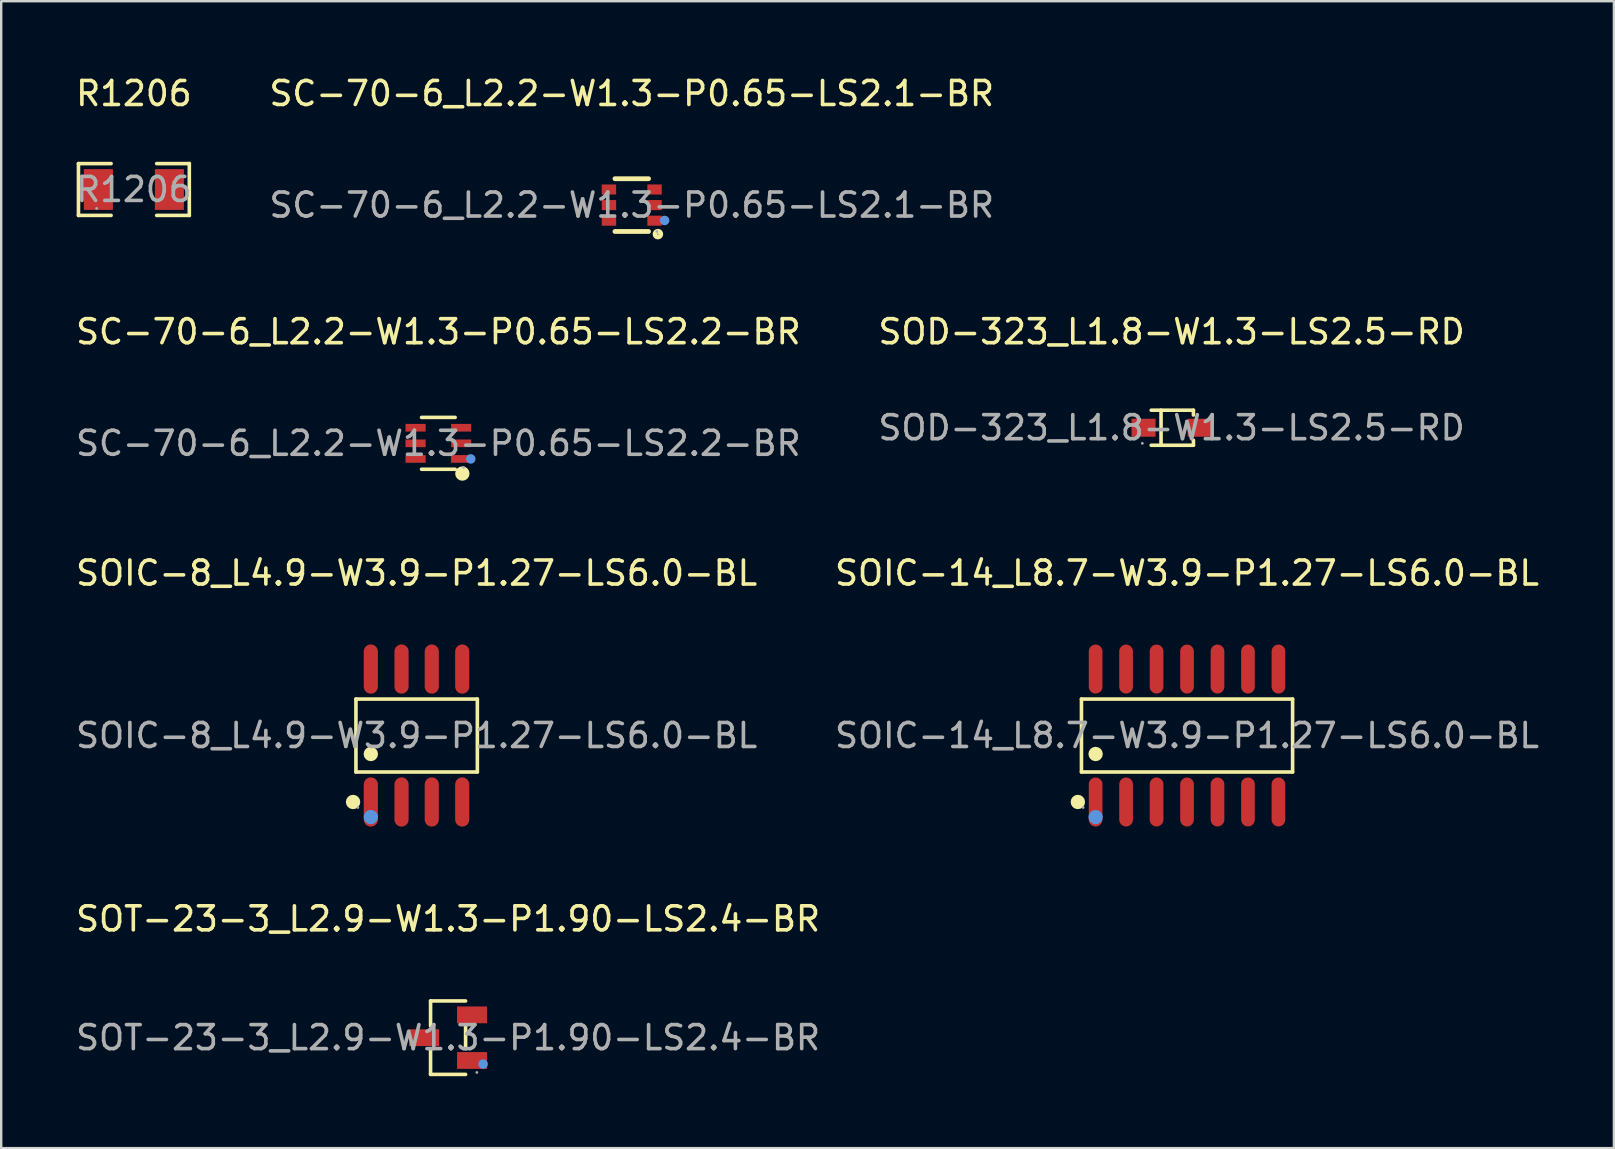
<source format=kicad_pcb>
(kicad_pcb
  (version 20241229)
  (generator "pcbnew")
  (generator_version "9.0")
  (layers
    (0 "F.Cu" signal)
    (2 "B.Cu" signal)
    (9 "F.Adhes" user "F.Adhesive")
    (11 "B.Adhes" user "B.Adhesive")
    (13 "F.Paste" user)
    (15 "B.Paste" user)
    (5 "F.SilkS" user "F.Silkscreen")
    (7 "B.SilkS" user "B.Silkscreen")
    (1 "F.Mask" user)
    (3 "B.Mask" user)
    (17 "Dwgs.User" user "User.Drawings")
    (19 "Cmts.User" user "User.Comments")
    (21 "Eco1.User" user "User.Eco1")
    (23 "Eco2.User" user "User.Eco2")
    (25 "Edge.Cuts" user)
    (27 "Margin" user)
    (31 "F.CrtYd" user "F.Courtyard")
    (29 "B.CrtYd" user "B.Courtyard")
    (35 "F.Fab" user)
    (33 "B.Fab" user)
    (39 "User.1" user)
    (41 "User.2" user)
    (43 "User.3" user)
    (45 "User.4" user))
  (footprint "SOIC-8_L4.9-W3.9-P1.27-LS6.0-BL"
    (layer "F.Cu")
    (at 14.315 27.605)
    (property "Reference" "SOIC-8_L4.9-W3.9-P1.27-LS6.0-BL" (at 0 -6.77 0) (layer "F.SilkS") (effects (font (size 1 1) (thickness 0.15))))
    (attr smd)
    (fp_line (start -2.53 -1.52) (end 2.53 -1.52) (stroke (width 0.15) (type solid)) (layer "F.SilkS"))
    (fp_line (start -2.53 1.52) (end -2.53 -1.52) (stroke (width 0.15) (type solid)) (layer "F.SilkS"))
    (fp_line (start 2.53 -1.52) (end 2.53 1.52) (stroke (width 0.15) (type solid)) (layer "F.SilkS"))
    (fp_line (start 2.53 1.52) (end -2.53 1.52) (stroke (width 0.15) (type solid)) (layer "F.SilkS"))
    (fp_circle (center -2.65 2.77) (end -2.5 2.77) (stroke (width 0.3) (type solid)) (fill no) (layer "F.SilkS"))
    (fp_circle (center -1.91 0.77) (end -1.76 0.77) (stroke (width 0.3) (type solid)) (fill no) (layer "F.SilkS"))
    (fp_circle (center -1.91 3.4) (end -1.76 3.4) (stroke (width 0.3) (type solid)) (fill no) (layer "Cmts.User"))
    (fp_circle (center -2.45 3) (end -2.42 3) (stroke (width 0.06) (type solid)) (fill no) (layer "F.Fab"))
    (fp_text user "${REFERENCE}" (at 0 0 0) (layer "F.Fab") (effects (font (size 1 1) (thickness 0.15))))
    (pad "1" smd oval (at -1.91 2.77) (size 0.59 2.05) (layers "F.Cu" "F.Mask" "F.Paste"))
    (pad "2" smd oval (at -0.63 2.77) (size 0.59 2.05) (layers "F.Cu" "F.Mask" "F.Paste"))
    (pad "3" smd oval (at 0.63 2.77) (size 0.59 2.05) (layers "F.Cu" "F.Mask" "F.Paste"))
    (pad "4" smd oval (at 1.9 2.77) (size 0.59 2.05) (layers "F.Cu" "F.Mask" "F.Paste"))
    (pad "5" smd oval (at 1.9 -2.77) (size 0.59 2.05) (layers "F.Cu" "F.Mask" "F.Paste"))
    (pad "6" smd oval (at 0.63 -2.77) (size 0.59 2.05) (layers "F.Cu" "F.Mask" "F.Paste"))
    (pad "7" smd oval (at -0.63 -2.77) (size 0.59 2.05) (layers "F.Cu" "F.Mask" "F.Paste"))
    (pad "8" smd oval (at -1.91 -2.77) (size 0.59 2.05) (layers "F.Cu" "F.Mask" "F.Paste")))
  (footprint "R1206"
    (layer "F.Cu")
    (at 2.53 4.848)
    (property "Reference" "R1206" (at 0 -4 0) (layer "F.SilkS") (effects (font (size 1 1) (thickness 0.15))))
    (attr through_hole)
    (fp_line (start -2.31 -1.08) (end -0.95 -1.08) (stroke (width 0.15) (type solid)) (layer "F.SilkS"))
    (fp_line (start -2.31 1.08) (end -2.31 -1.08) (stroke (width 0.15) (type solid)) (layer "F.SilkS"))
    (fp_line (start -0.95 1.08) (end -2.31 1.08) (stroke (width 0.15) (type solid)) (layer "F.SilkS"))
    (fp_line (start 0.95 1.08) (end 2.31 1.08) (stroke (width 0.15) (type solid)) (layer "F.SilkS"))
    (fp_line (start 2.31 -1.08) (end 0.95 -1.08) (stroke (width 0.15) (type solid)) (layer "F.SilkS"))
    (fp_line (start 2.31 1.08) (end 2.31 -1.08) (stroke (width 0.15) (type solid)) (layer "F.SilkS"))
    (fp_circle (center -1.55 0.79) (end -1.52 0.79) (stroke (width 0.06) (type solid)) (fill no) (layer "F.Fab"))
    (fp_text user "${REFERENCE}" (at 0 0 0) (layer "F.Fab") (effects (font (size 1 1) (thickness 0.15))))
    (pad "1" smd rect (at -1.48 0) (size 1.21 1.7) (layers "F.Cu" "F.Mask" "F.Paste"))
    (pad "2" smd rect (at 1.48 0) (size 1.21 1.7) (layers "F.Cu" "F.Mask" "F.Paste")))
  (footprint "SOD-323_L1.8-W1.3-LS2.5-RD"
    (layer "F.Cu")
    (at 45.78 14.777)
    (property "Reference" "SOD-323_L1.8-W1.3-LS2.5-RD" (at 0 -4 0) (layer "F.SilkS") (effects (font (size 1 1) (thickness 0.15))))
    (attr smd)
    (fp_line (start -0.85 -0.73) (end 0.91 -0.73) (stroke (width 0.15) (type solid)) (layer "F.SilkS"))
    (fp_line (start -0.85 0.73) (end 0.91 0.73) (stroke (width 0.15) (type solid)) (layer "F.SilkS"))
    (fp_line (start -0.44 -0.73) (end -0.44 0.73) (stroke (width 0.15) (type solid)) (layer "F.SilkS"))
    (fp_line (start 0.91 -0.73) (end 0.91 -0.53) (stroke (width 0.15) (type solid)) (layer "F.SilkS"))
    (fp_line (start 0.91 0.73) (end 0.91 0.52) (stroke (width 0.15) (type solid)) (layer "F.SilkS"))
    (fp_circle (center -1.22 0.65) (end -1.19 0.65) (stroke (width 0.06) (type solid)) (fill no) (layer "F.Fab"))
    (fp_text user "${REFERENCE}" (at 0 0 0) (layer "F.Fab") (effects (font (size 1 1) (thickness 0.15))))
    (pad "1" smd rect (at -1.17 0) (size 1 0.75) (layers "F.Cu" "F.Mask" "F.Paste"))
    (pad "2" smd rect (at 1.17 0) (size 1 0.75) (layers "F.Cu" "F.Mask" "F.Paste")))
  (footprint "SOT-23-3_L2.9-W1.3-P1.90-LS2.4-BR"
    (layer "F.Cu")
    (at 15.625 40.198)
    (property "Reference" "SOT-23-3_L2.9-W1.3-P1.90-LS2.4-BR" (at 0 -4.95 0) (layer "F.SilkS") (effects (font (size 1 1) (thickness 0.15))))
    (attr smd)
    (fp_line (start -0.73 -1.53) (end -0.73 -0.49) (stroke (width 0.15) (type solid)) (layer "F.SilkS"))
    (fp_line (start -0.73 1.53) (end -0.73 0.49) (stroke (width 0.15) (type solid)) (layer "F.SilkS"))
    (fp_line (start 0.73 -1.53) (end -0.73 -1.53) (stroke (width 0.15) (type solid)) (layer "F.SilkS"))
    (fp_line (start 0.73 -0.46) (end 0.73 0.46) (stroke (width 0.15) (type solid)) (layer "F.SilkS"))
    (fp_line (start 0.73 1.53) (end -0.73 1.53) (stroke (width 0.15) (type solid)) (layer "F.SilkS"))
    (fp_circle (center 1.46 1.1) (end 1.56 1.1) (stroke (width 0.2) (type solid)) (fill no) (layer "Cmts.User"))
    (fp_circle (center 1.2 1.45) (end 1.23 1.45) (stroke (width 0.06) (type solid)) (fill no) (layer "F.Fab"))
    (fp_text user "${REFERENCE}" (at 0 0 0) (layer "F.Fab") (effects (font (size 1 1) (thickness 0.15))))
    (pad "1" smd rect (at 1 0.95) (size 1.25 0.7) (layers "F.Cu" "F.Mask" "F.Paste"))
    (pad "2" smd rect (at 1 -0.95) (size 1.25 0.7) (layers "F.Cu" "F.Mask" "F.Paste"))
    (pad "3" smd rect (at -1 0) (size 1.25 0.7) (layers "F.Cu" "F.Mask" "F.Paste")))
  (footprint "SC-70-6_L2.2-W1.3-P0.65-LS2.2-BR"
    (layer "F.Cu")
    (at 15.22 15.427)
    (property "Reference" "SC-70-6_L2.2-W1.3-P0.65-LS2.2-BR" (at 0 -4.65 0) (layer "F.SilkS") (effects (font (size 1 1) (thickness 0.15))))
    (attr smd)
    (fp_line (start 0.7 -1.08) (end -0.7 -1.08) (stroke (width 0.15) (type solid)) (layer "F.SilkS"))
    (fp_line (start 0.7 1.08) (end -0.7 1.08) (stroke (width 0.15) (type solid)) (layer "F.SilkS"))
    (fp_circle (center 1 1.26) (end 1.15 1.26) (stroke (width 0.3) (type solid)) (fill no) (layer "F.SilkS"))
    (fp_circle (center 1.35 0.65) (end 1.45 0.65) (stroke (width 0.2) (type solid)) (fill no) (layer "Cmts.User"))
    (fp_circle (center 1.05 1) (end 1.08 1) (stroke (width 0.06) (type solid)) (fill no) (layer "F.Fab"))
    (fp_text user "${REFERENCE}" (at 0 0 0) (layer "F.Fab") (effects (font (size 1 1) (thickness 0.15))))
    (pad "1" smd rect (at 0.95 0.65) (size 0.84 0.32) (layers "F.Cu" "F.Mask" "F.Paste"))
    (pad "2" smd rect (at 0.95 0) (size 0.84 0.32) (layers "F.Cu" "F.Mask" "F.Paste"))
    (pad "3" smd rect (at 0.95 -0.65) (size 0.84 0.32) (layers "F.Cu" "F.Mask" "F.Paste"))
    (pad "4" smd rect (at -0.95 -0.65) (size 0.84 0.32) (layers "F.Cu" "F.Mask" "F.Paste"))
    (pad "5" smd rect (at -0.95 0) (size 0.84 0.32) (layers "F.Cu" "F.Mask" "F.Paste"))
    (pad "6" smd rect (at -0.95 0.65) (size 0.84 0.32) (layers "F.Cu" "F.Mask" "F.Paste")))
  (footprint "SC-70-6_L2.2-W1.3-P0.65-LS2.1-BR"
    (layer "F.Cu")
    (at 23.28 5.498)
    (property "Reference" "SC-70-6_L2.2-W1.3-P0.65-LS2.1-BR" (at 0 -4.65 0) (layer "F.SilkS") (effects (font (size 1 1) (thickness 0.15))))
    (attr smd)
    (fp_line (start -0.7 -1.1) (end 0.7 -1.1) (stroke (width 0.2) (type solid)) (layer "F.SilkS"))
    (fp_line (start -0.7 1.1) (end 0.7 1.1) (stroke (width 0.2) (type solid)) (layer "F.SilkS"))
    (fp_arc (start 1.1 1.09) (mid 1.085013 1.330313) (end 1.089966 1.089584) (stroke (width 0.2) (type solid)) (layer "F.SilkS"))
    (fp_circle (center 1.37 0.64) (end 1.47 0.64) (stroke (width 0.2) (type solid)) (fill no) (layer "Cmts.User"))
    (fp_circle (center 1.05 1.1) (end 1.08 1.1) (stroke (width 0.06) (type solid)) (fill no) (layer "F.Fab"))
    (fp_text user "${REFERENCE}" (at 0 0 0) (layer "F.Fab") (effects (font (size 1 1) (thickness 0.15))))
    (pad "1" smd rect (at 0.95 0.65 90) (size 0.42 0.6) (layers "F.Cu" "F.Mask" "F.Paste"))
    (pad "2" smd rect (at 0.95 0 90) (size 0.42 0.6) (layers "F.Cu" "F.Mask" "F.Paste"))
    (pad "3" smd rect (at 0.95 -0.65 90) (size 0.42 0.6) (layers "F.Cu" "F.Mask" "F.Paste"))
    (pad "4" smd rect (at -0.95 -0.65 270) (size 0.42 0.6) (layers "F.Cu" "F.Mask" "F.Paste"))
    (pad "5" smd rect (at -0.95 0 270) (size 0.42 0.6) (layers "F.Cu" "F.Mask" "F.Paste"))
    (pad "6" smd rect (at -0.95 0.65 270) (size 0.42 0.6) (layers "F.Cu" "F.Mask" "F.Paste")))
  (footprint "SOIC-14_L8.7-W3.9-P1.27-LS6.0-BL"
    (layer "F.Cu")
    (at 46.423 27.605)
    (property "Reference" "SOIC-14_L8.7-W3.9-P1.27-LS6.0-BL" (at 0 -6.77 0) (layer "F.SilkS") (effects (font (size 1 1) (thickness 0.15))))
    (attr smd)
    (fp_line (start -4.4 -1.52) (end 4.4 -1.52) (stroke (width 0.15) (type solid)) (layer "F.SilkS"))
    (fp_line (start -4.4 1.52) (end -4.4 -1.52) (stroke (width 0.15) (type solid)) (layer "F.SilkS"))
    (fp_line (start 4.4 -1.52) (end 4.4 1.52) (stroke (width 0.15) (type solid)) (layer "F.SilkS"))
    (fp_line (start 4.4 1.52) (end -4.4 1.52) (stroke (width 0.15) (type solid)) (layer "F.SilkS"))
    (fp_circle (center -4.55 2.77) (end -4.4 2.77) (stroke (width 0.3) (type solid)) (fill no) (layer "F.SilkS"))
    (fp_circle (center -3.81 0.77) (end -3.66 0.77) (stroke (width 0.3) (type solid)) (fill no) (layer "F.SilkS"))
    (fp_circle (center -3.81 3.4) (end -3.66 3.4) (stroke (width 0.3) (type solid)) (fill no) (layer "Cmts.User"))
    (fp_circle (center -4.33 3) (end -4.3 3) (stroke (width 0.06) (type solid)) (fill no) (layer "F.Fab"))
    (fp_text user "${REFERENCE}" (at 0 0 0) (layer "F.Fab") (effects (font (size 1 1) (thickness 0.15))))
    (pad "1" smd oval (at -3.81 2.77) (size 0.57 2.04) (layers "F.Cu" "F.Mask" "F.Paste"))
    (pad "2" smd oval (at -2.54 2.77) (size 0.57 2.04) (layers "F.Cu" "F.Mask" "F.Paste"))
    (pad "3" smd oval (at -1.27 2.77) (size 0.57 2.04) (layers "F.Cu" "F.Mask" "F.Paste"))
    (pad "4" smd oval (at 0 2.77) (size 0.57 2.04) (layers "F.Cu" "F.Mask" "F.Paste"))
    (pad "5" smd oval (at 1.27 2.77) (size 0.57 2.04) (layers "F.Cu" "F.Mask" "F.Paste"))
    (pad "6" smd oval (at 2.54 2.77) (size 0.57 2.04) (layers "F.Cu" "F.Mask" "F.Paste"))
    (pad "7" smd oval (at 3.81 2.77) (size 0.57 2.04) (layers "F.Cu" "F.Mask" "F.Paste"))
    (pad "8" smd oval (at 3.81 -2.77) (size 0.57 2.04) (layers "F.Cu" "F.Mask" "F.Paste"))
    (pad "9" smd oval (at 2.54 -2.77) (size 0.57 2.04) (layers "F.Cu" "F.Mask" "F.Paste"))
    (pad "10" smd oval (at 1.27 -2.77) (size 0.57 2.04) (layers "F.Cu" "F.Mask" "F.Paste"))
    (pad "11" smd oval (at 0 -2.77) (size 0.57 2.04) (layers "F.Cu" "F.Mask" "F.Paste"))
    (pad "12" smd oval (at -1.27 -2.77) (size 0.57 2.04) (layers "F.Cu" "F.Mask" "F.Paste"))
    (pad "13" smd oval (at -2.54 -2.77) (size 0.57 2.04) (layers "F.Cu" "F.Mask" "F.Paste"))
    (pad "14" smd oval (at -3.81 -2.77) (size 0.57 2.04) (layers "F.Cu" "F.Mask" "F.Paste")))
  (gr_rect
    (start -3 -3)
    (end 64.214 44.803)
    (stroke (width 0.1) (type default))
    (fill no)
    (layer "Edge.Cuts")))
</source>
